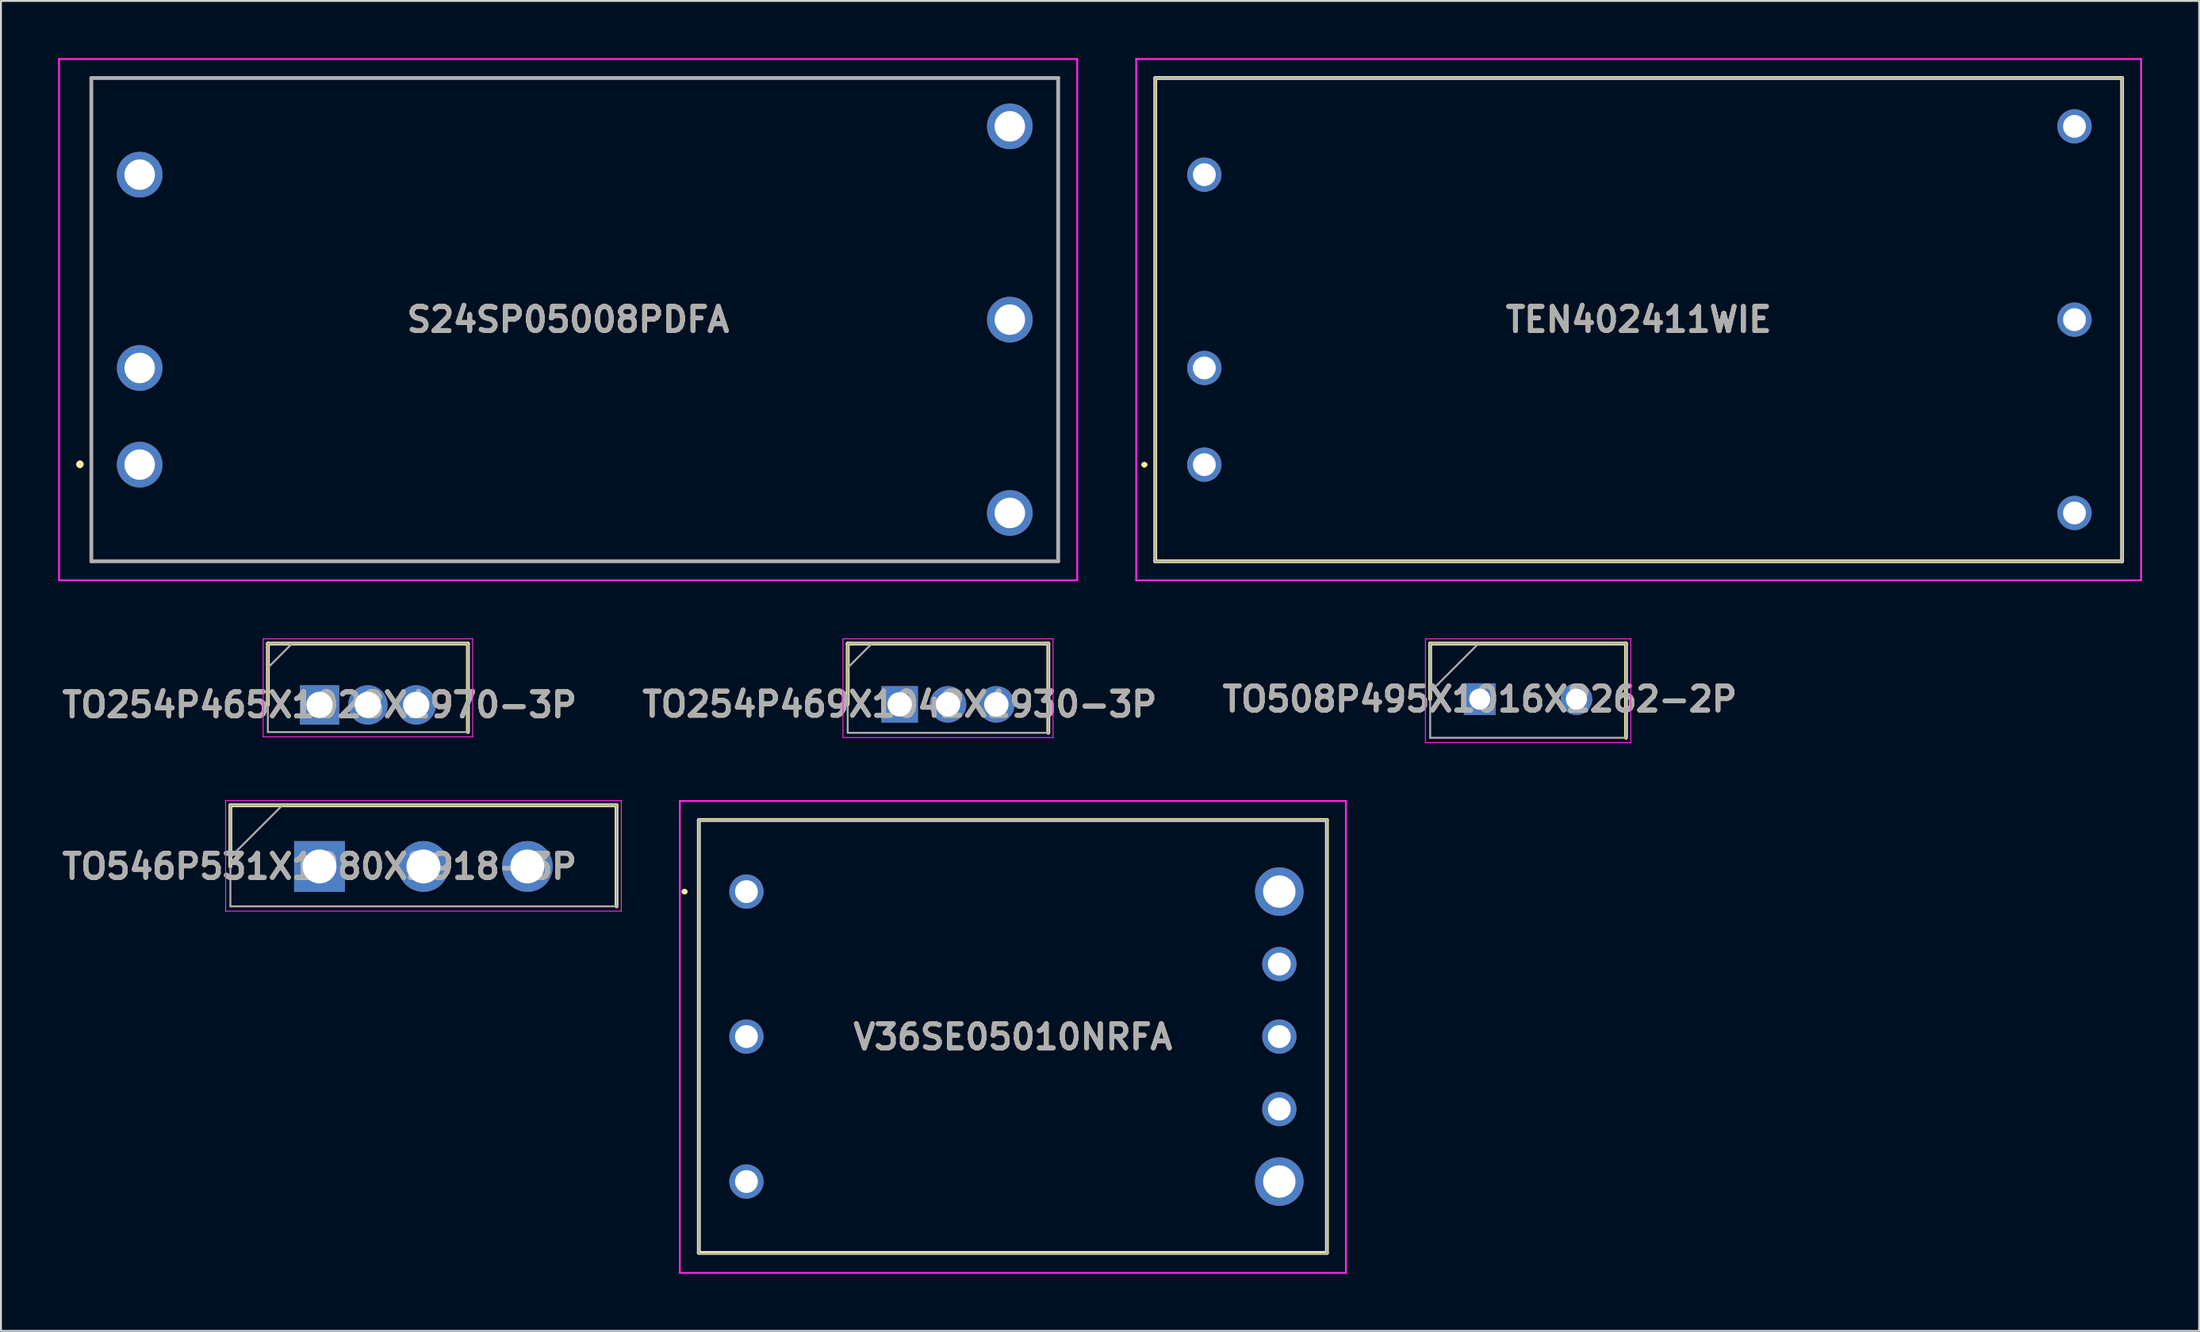
<source format=kicad_pcb>
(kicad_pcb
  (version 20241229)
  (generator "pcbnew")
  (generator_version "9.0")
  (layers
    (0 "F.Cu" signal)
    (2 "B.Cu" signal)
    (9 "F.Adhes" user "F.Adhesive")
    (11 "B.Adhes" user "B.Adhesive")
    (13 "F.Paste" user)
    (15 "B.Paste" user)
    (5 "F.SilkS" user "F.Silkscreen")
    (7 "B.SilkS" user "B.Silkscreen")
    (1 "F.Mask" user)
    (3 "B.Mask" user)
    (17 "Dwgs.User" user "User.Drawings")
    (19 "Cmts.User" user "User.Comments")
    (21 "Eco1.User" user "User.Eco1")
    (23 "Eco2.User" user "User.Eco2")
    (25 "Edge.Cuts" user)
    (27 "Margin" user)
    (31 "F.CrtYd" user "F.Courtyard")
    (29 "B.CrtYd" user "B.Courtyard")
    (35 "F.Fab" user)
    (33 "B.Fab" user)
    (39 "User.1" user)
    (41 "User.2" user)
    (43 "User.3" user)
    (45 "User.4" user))
  (footprint "TO508P495X1016X2262-2P"
    (layer "F.Cu")
    (at 74.701 33.695)
    (property "Reference" "TO508P495X1016X2262-2P" (at 0 0 0) (layer "F.SilkS") (effects (font (size 1.27 1.27) (thickness 0.254))))
    (attr through_hole)
    (fp_line (start -2.605 -2.92) (end -2.605 0) (stroke (width 0.2) (type solid)) (layer "F.SilkS"))
    (fp_line (start 7.685 -2.92) (end -2.605 -2.92) (stroke (width 0.2) (type solid)) (layer "F.SilkS"))
    (fp_line (start 7.685 2.03) (end 7.685 -2.92) (stroke (width 0.2) (type solid)) (layer "F.SilkS"))
    (fp_line (start -2.855 -3.17) (end 7.935 -3.17) (stroke (width 0.05) (type solid)) (layer "F.CrtYd"))
    (fp_line (start -2.855 2.28) (end -2.855 -3.17) (stroke (width 0.05) (type solid)) (layer "F.CrtYd"))
    (fp_line (start 7.935 -3.17) (end 7.935 2.28) (stroke (width 0.05) (type solid)) (layer "F.CrtYd"))
    (fp_line (start 7.935 2.28) (end -2.855 2.28) (stroke (width 0.05) (type solid)) (layer "F.CrtYd"))
    (fp_line (start -2.605 -2.92) (end 7.685 -2.92) (stroke (width 0.1) (type solid)) (layer "F.Fab"))
    (fp_line (start -2.605 -0.38) (end -0.065 -2.92) (stroke (width 0.1) (type solid)) (layer "F.Fab"))
    (fp_line (start -2.605 2.03) (end -2.605 -2.92) (stroke (width 0.1) (type solid)) (layer "F.Fab"))
    (fp_line (start 7.685 -2.92) (end 7.685 2.03) (stroke (width 0.1) (type solid)) (layer "F.Fab"))
    (fp_line (start 7.685 2.03) (end -2.605 2.03) (stroke (width 0.1) (type solid)) (layer "F.Fab"))
    (fp_text user "${REFERENCE}" (at 0 0 0) (layer "F.Fab") (effects (font (size 1.27 1.27) (thickness 0.254))))
    (pad "1" thru_hole rect (at 0 0) (size 1.665 1.665) (drill 1.11) (layers "*.Cu" "*.Mask"))
    (pad "2" thru_hole circle (at 5.08 0) (size 1.665 1.665) (drill 1.11) (layers "*.Cu" "*.Mask")))
  (footprint "TEN402411WIE"
    (layer "F.Cu")
    (at 60.23 21.37)
    (property "Reference" "TEN402411WIE" (at 22.82 -7.62 0) (layer "F.SilkS") (effects (font (size 1.27 1.27) (thickness 0.254))))
    (attr through_hole)
    (fp_line (start -3.2 0) (end -3.2 0) (stroke (width 0.2) (type solid)) (layer "F.SilkS"))
    (fp_line (start -3.2 0) (end -3.2 0) (stroke (width 0.2) (type solid)) (layer "F.SilkS"))
    (fp_line (start -3.1 0) (end -3.1 0) (stroke (width 0.2) (type solid)) (layer "F.SilkS"))
    (fp_line (start -2.58 -20.32) (end -2.58 5.08) (stroke (width 0.2) (type solid)) (layer "F.SilkS"))
    (fp_line (start -2.58 5.08) (end 48.22 5.08) (stroke (width 0.2) (type solid)) (layer "F.SilkS"))
    (fp_line (start 48.22 -20.32) (end -2.58 -20.32) (stroke (width 0.2) (type solid)) (layer "F.SilkS"))
    (fp_line (start 48.22 5.08) (end 48.22 -20.32) (stroke (width 0.2) (type solid)) (layer "F.SilkS"))
    (fp_arc (start -3.2 0) (mid -3.15 -0.05) (end -3.1 0) (stroke (width 0.2) (type solid)) (layer "F.SilkS"))
    (fp_arc (start -3.1 0) (mid -3.15 0.05) (end -3.2 0) (stroke (width 0.2) (type solid)) (layer "F.SilkS"))
    (fp_arc (start -3.1 0) (mid -3.15 0.05) (end -3.2 0) (stroke (width 0.2) (type solid)) (layer "F.SilkS"))
    (fp_line (start -3.58 -21.32) (end -3.58 6.08) (stroke (width 0.1) (type solid)) (layer "F.CrtYd"))
    (fp_line (start -3.58 6.08) (end 49.22 6.08) (stroke (width 0.1) (type solid)) (layer "F.CrtYd"))
    (fp_line (start 49.22 -21.32) (end -3.58 -21.32) (stroke (width 0.1) (type solid)) (layer "F.CrtYd"))
    (fp_line (start 49.22 6.08) (end 49.22 -21.32) (stroke (width 0.1) (type solid)) (layer "F.CrtYd"))
    (fp_line (start -2.58 -20.32) (end 48.22 -20.32) (stroke (width 0.1) (type solid)) (layer "F.Fab"))
    (fp_line (start -2.58 5.08) (end -2.58 -20.32) (stroke (width 0.1) (type solid)) (layer "F.Fab"))
    (fp_line (start 48.22 -20.32) (end 48.22 5.08) (stroke (width 0.1) (type solid)) (layer "F.Fab"))
    (fp_line (start 48.22 5.08) (end -2.58 5.08) (stroke (width 0.1) (type solid)) (layer "F.Fab"))
    (fp_text user "${REFERENCE}" (at 22.82 -7.62 0) (layer "F.Fab") (effects (font (size 1.27 1.27) (thickness 0.254))))
    (pad "1" thru_hole circle (at 0 0) (size 1.8 1.8) (drill 1.2) (layers "*.Cu" "*.Mask"))
    (pad "2" thru_hole circle (at 0 -5.08) (size 1.8 1.8) (drill 1.2) (layers "*.Cu" "*.Mask"))
    (pad "3" thru_hole circle (at 0 -15.24) (size 1.8 1.8) (drill 1.2) (layers "*.Cu" "*.Mask"))
    (pad "4" thru_hole circle (at 45.72 2.54) (size 1.8 1.8) (drill 1.2) (layers "*.Cu" "*.Mask"))
    (pad "5" thru_hole circle (at 45.72 -7.62) (size 1.8 1.8) (drill 1.2) (layers "*.Cu" "*.Mask"))
    (pad "6" thru_hole circle (at 45.72 -17.78) (size 1.8 1.8) (drill 1.2) (layers "*.Cu" "*.Mask")))
  (footprint "S24SP05008PDFA"
    (layer "F.Cu")
    (at 26.8 13.75)
    (property "Reference" "S24SP05008PDFA" (at 0 0 0) (layer "F.SilkS") (effects (font (size 1.27 1.27) (thickness 0.254))))
    (attr through_hole)
    (fp_line (start -25.65 7.5) (end -25.65 7.5) (stroke (width 0.2) (type solid)) (layer "F.SilkS"))
    (fp_line (start -25.65 7.7) (end -25.65 7.7) (stroke (width 0.2) (type solid)) (layer "F.SilkS"))
    (fp_line (start -25.05 -12.7) (end 25.75 -12.7) (stroke (width 0.1) (type solid)) (layer "F.SilkS"))
    (fp_line (start -25.05 12.7) (end -25.05 -12.7) (stroke (width 0.1) (type solid)) (layer "F.SilkS"))
    (fp_line (start 25.75 -12.7) (end 25.75 12.7) (stroke (width 0.1) (type solid)) (layer "F.SilkS"))
    (fp_line (start 25.75 12.7) (end -25.05 12.7) (stroke (width 0.1) (type solid)) (layer "F.SilkS"))
    (fp_arc (start -25.65 7.5) (mid -25.55 7.6) (end -25.65 7.7) (stroke (width 0.2) (type solid)) (layer "F.SilkS"))
    (fp_arc (start -25.65 7.7) (mid -25.75 7.6) (end -25.65 7.5) (stroke (width 0.2) (type solid)) (layer "F.SilkS"))
    (fp_line (start -26.75 -13.7) (end 26.75 -13.7) (stroke (width 0.1) (type solid)) (layer "F.CrtYd"))
    (fp_line (start -26.75 13.7) (end -26.75 -13.7) (stroke (width 0.1) (type solid)) (layer "F.CrtYd"))
    (fp_line (start 26.75 -13.7) (end 26.75 13.7) (stroke (width 0.1) (type solid)) (layer "F.CrtYd"))
    (fp_line (start 26.75 13.7) (end -26.75 13.7) (stroke (width 0.1) (type solid)) (layer "F.CrtYd"))
    (fp_line (start -25.05 -12.7) (end 25.75 -12.7) (stroke (width 0.2) (type solid)) (layer "F.Fab"))
    (fp_line (start -25.05 12.7) (end -25.05 -12.7) (stroke (width 0.2) (type solid)) (layer "F.Fab"))
    (fp_line (start 25.75 -12.7) (end 25.75 12.7) (stroke (width 0.2) (type solid)) (layer "F.Fab"))
    (fp_line (start 25.75 12.7) (end -25.05 12.7) (stroke (width 0.2) (type solid)) (layer "F.Fab"))
    (fp_text user "${REFERENCE}" (at 0 0 0) (layer "F.Fab") (effects (font (size 1.27 1.27) (thickness 0.254))))
    (pad "1" thru_hole circle (at -22.51 7.62) (size 2.4 2.4) (drill 1.6) (layers "*.Cu" "*.Mask"))
    (pad "2" thru_hole circle (at -22.51 2.54) (size 2.4 2.4) (drill 1.6) (layers "*.Cu" "*.Mask"))
    (pad "3" thru_hole circle (at -22.51 -7.62) (size 2.4 2.4) (drill 1.6) (layers "*.Cu" "*.Mask"))
    (pad "4" thru_hole circle (at 23.21 -10.16) (size 2.4 2.4) (drill 1.6) (layers "*.Cu" "*.Mask"))
    (pad "5" thru_hole circle (at 23.21 0) (size 2.4 2.4) (drill 1.6) (layers "*.Cu" "*.Mask"))
    (pad "6" thru_hole circle (at 23.21 10.16) (size 2.4 2.4) (drill 1.6) (layers "*.Cu" "*.Mask")))
  (footprint "TO546P531X1980X2918-3P"
    (layer "F.Cu")
    (at 13.74 42.49)
    (property "Reference" "TO546P531X1980X2918-3P" (at 0 0 0) (layer "F.SilkS") (effects (font (size 1.27 1.27) (thickness 0.254))))
    (attr through_hole)
    (fp_line (start -4.685 -3.215) (end -4.685 0) (stroke (width 0.2) (type solid)) (layer "F.SilkS"))
    (fp_line (start 15.605 -3.215) (end -4.685 -3.215) (stroke (width 0.2) (type solid)) (layer "F.SilkS"))
    (fp_line (start 15.605 2.095) (end 15.605 -3.215) (stroke (width 0.2) (type solid)) (layer "F.SilkS"))
    (fp_line (start -4.935 -3.465) (end 15.855 -3.465) (stroke (width 0.05) (type solid)) (layer "F.CrtYd"))
    (fp_line (start -4.935 2.345) (end -4.935 -3.465) (stroke (width 0.05) (type solid)) (layer "F.CrtYd"))
    (fp_line (start 15.855 -3.465) (end 15.855 2.345) (stroke (width 0.05) (type solid)) (layer "F.CrtYd"))
    (fp_line (start 15.855 2.345) (end -4.935 2.345) (stroke (width 0.05) (type solid)) (layer "F.CrtYd"))
    (fp_line (start -4.685 -3.215) (end 15.605 -3.215) (stroke (width 0.1) (type solid)) (layer "F.Fab"))
    (fp_line (start -4.685 -0.485) (end -1.955 -3.215) (stroke (width 0.1) (type solid)) (layer "F.Fab"))
    (fp_line (start -4.685 2.095) (end -4.685 -3.215) (stroke (width 0.1) (type solid)) (layer "F.Fab"))
    (fp_line (start 15.605 -3.215) (end 15.605 2.095) (stroke (width 0.1) (type solid)) (layer "F.Fab"))
    (fp_line (start 15.605 2.095) (end -4.685 2.095) (stroke (width 0.1) (type solid)) (layer "F.Fab"))
    (fp_text user "${REFERENCE}" (at 0 0 0) (layer "F.Fab") (effects (font (size 1.27 1.27) (thickness 0.254))))
    (pad "1" thru_hole rect (at 0 0) (size 2.67 2.67) (drill 1.78) (layers "*.Cu" "*.Mask"))
    (pad "2" thru_hole circle (at 5.46 0) (size 2.67 2.67) (drill 1.78) (layers "*.Cu" "*.Mask"))
    (pad "3" thru_hole circle (at 10.92 0) (size 2.67 2.67) (drill 1.78) (layers "*.Cu" "*.Mask")))
  (footprint "TO254P469X1042X1930-3P"
    (layer "F.Cu")
    (at 44.221 33.97)
    (property "Reference" "TO254P469X1042X1930-3P" (at 0 0 0) (layer "F.SilkS") (effects (font (size 1.27 1.27) (thickness 0.254))))
    (attr through_hole)
    (fp_line (start -2.73 -3.195) (end -2.73 0) (stroke (width 0.2) (type solid)) (layer "F.SilkS"))
    (fp_line (start 7.81 -3.195) (end -2.73 -3.195) (stroke (width 0.2) (type solid)) (layer "F.SilkS"))
    (fp_line (start 7.81 1.495) (end 7.81 -3.195) (stroke (width 0.2) (type solid)) (layer "F.SilkS"))
    (fp_line (start -2.98 -3.445) (end 8.06 -3.445) (stroke (width 0.05) (type solid)) (layer "F.CrtYd"))
    (fp_line (start -2.98 1.745) (end -2.98 -3.445) (stroke (width 0.05) (type solid)) (layer "F.CrtYd"))
    (fp_line (start 8.06 -3.445) (end 8.06 1.745) (stroke (width 0.05) (type solid)) (layer "F.CrtYd"))
    (fp_line (start 8.06 1.745) (end -2.98 1.745) (stroke (width 0.05) (type solid)) (layer "F.CrtYd"))
    (fp_line (start -2.73 -3.195) (end 7.81 -3.195) (stroke (width 0.1) (type solid)) (layer "F.Fab"))
    (fp_line (start -2.73 -1.925) (end -1.46 -3.195) (stroke (width 0.1) (type solid)) (layer "F.Fab"))
    (fp_line (start -2.73 1.495) (end -2.73 -3.195) (stroke (width 0.1) (type solid)) (layer "F.Fab"))
    (fp_line (start 7.81 -3.195) (end 7.81 1.495) (stroke (width 0.1) (type solid)) (layer "F.Fab"))
    (fp_line (start 7.81 1.495) (end -2.73 1.495) (stroke (width 0.1) (type solid)) (layer "F.Fab"))
    (fp_text user "${REFERENCE}" (at 0 0 0) (layer "F.Fab") (effects (font (size 1.27 1.27) (thickness 0.254))))
    (pad "1" thru_hole rect (at 0 0) (size 1.92 1.92) (drill 1.28) (layers "*.Cu" "*.Mask"))
    (pad "2" thru_hole circle (at 2.54 0) (size 1.92 1.92) (drill 1.28) (layers "*.Cu" "*.Mask"))
    (pad "3" thru_hole circle (at 5.08 0) (size 1.92 1.92) (drill 1.28) (layers "*.Cu" "*.Mask")))
  (footprint "V36SE05010NRFA"
    (layer "F.Cu")
    (at 36.17 43.81)
    (property "Reference" "V36SE05010NRFA" (at 14 7.64 0) (layer "F.SilkS") (effects (font (size 1.27 1.27) (thickness 0.254))))
    (attr through_hole)
    (fp_line (start -3.3 0) (end -3.3 0) (stroke (width 0.2) (type solid)) (layer "F.SilkS"))
    (fp_line (start -3.3 0) (end -3.3 0) (stroke (width 0.2) (type solid)) (layer "F.SilkS"))
    (fp_line (start -3.2 0) (end -3.2 0) (stroke (width 0.2) (type solid)) (layer "F.SilkS"))
    (fp_line (start -2.5 -3.76) (end 30.5 -3.76) (stroke (width 0.2) (type solid)) (layer "F.SilkS"))
    (fp_line (start -2.5 18.99) (end -2.5 -3.76) (stroke (width 0.2) (type solid)) (layer "F.SilkS"))
    (fp_line (start 30.5 -3.76) (end 30.5 18.99) (stroke (width 0.2) (type solid)) (layer "F.SilkS"))
    (fp_line (start 30.5 18.99) (end -2.5 18.99) (stroke (width 0.2) (type solid)) (layer "F.SilkS"))
    (fp_arc (start -3.3 0) (mid -3.25 -0.05) (end -3.2 0) (stroke (width 0.2) (type solid)) (layer "F.SilkS"))
    (fp_arc (start -3.2 0) (mid -3.25 0.05) (end -3.3 0) (stroke (width 0.2) (type solid)) (layer "F.SilkS"))
    (fp_arc (start -3.2 0) (mid -3.25 0.05) (end -3.3 0) (stroke (width 0.2) (type solid)) (layer "F.SilkS"))
    (fp_line (start -3.5 -4.76) (end 31.5 -4.76) (stroke (width 0.1) (type solid)) (layer "F.CrtYd"))
    (fp_line (start -3.5 20.04) (end -3.5 -4.76) (stroke (width 0.1) (type solid)) (layer "F.CrtYd"))
    (fp_line (start 31.5 -4.76) (end 31.5 20.04) (stroke (width 0.1) (type solid)) (layer "F.CrtYd"))
    (fp_line (start 31.5 20.04) (end -3.5 20.04) (stroke (width 0.1) (type solid)) (layer "F.CrtYd"))
    (fp_line (start -2.5 -3.76) (end -2.5 19.04) (stroke (width 0.1) (type solid)) (layer "F.Fab"))
    (fp_line (start -2.5 19.04) (end 30.5 19.04) (stroke (width 0.1) (type solid)) (layer "F.Fab"))
    (fp_line (start 30.5 -3.76) (end -2.5 -3.76) (stroke (width 0.1) (type solid)) (layer "F.Fab"))
    (fp_line (start 30.5 19.04) (end 30.5 -3.76) (stroke (width 0.1) (type solid)) (layer "F.Fab"))
    (fp_text user "${REFERENCE}" (at 14 7.64 0) (layer "F.Fab") (effects (font (size 1.27 1.27) (thickness 0.254))))
    (pad "1" thru_hole circle (at 0 0) (size 1.8 1.8) (drill 1.2) (layers "*.Cu" "*.Mask"))
    (pad "2" thru_hole circle (at 0 7.62) (size 1.8 1.8) (drill 1.2) (layers "*.Cu" "*.Mask"))
    (pad "3" thru_hole circle (at 0 15.24) (size 1.8 1.8) (drill 1.2) (layers "*.Cu" "*.Mask"))
    (pad "4" thru_hole circle (at 28 15.24) (size 2.55 2.55) (drill 1.7) (layers "*.Cu" "*.Mask"))
    (pad "5" thru_hole circle (at 28 11.43) (size 1.8 1.8) (drill 1.2) (layers "*.Cu" "*.Mask"))
    (pad "6" thru_hole circle (at 28 7.62) (size 1.8 1.8) (drill 1.2) (layers "*.Cu" "*.Mask"))
    (pad "7" thru_hole circle (at 28 3.81) (size 1.8 1.8) (drill 1.2) (layers "*.Cu" "*.Mask"))
    (pad "8" thru_hole circle (at 28 0) (size 2.55 2.55) (drill 1.7) (layers "*.Cu" "*.Mask")))
  (footprint "TO254P465X1028X1970-3P"
    (layer "F.Cu")
    (at 13.74 34)
    (property "Reference" "TO254P465X1028X1970-3P" (at 0 0 0) (layer "F.SilkS") (effects (font (size 1.27 1.27) (thickness 0.254))))
    (attr through_hole)
    (fp_line (start -2.715 -3.225) (end -2.715 0) (stroke (width 0.2) (type solid)) (layer "F.SilkS"))
    (fp_line (start 7.795 -3.225) (end -2.715 -3.225) (stroke (width 0.2) (type solid)) (layer "F.SilkS"))
    (fp_line (start 7.795 1.425) (end 7.795 -3.225) (stroke (width 0.2) (type solid)) (layer "F.SilkS"))
    (fp_line (start -2.965 -3.475) (end 8.045 -3.475) (stroke (width 0.05) (type solid)) (layer "F.CrtYd"))
    (fp_line (start -2.965 1.675) (end -2.965 -3.475) (stroke (width 0.05) (type solid)) (layer "F.CrtYd"))
    (fp_line (start 8.045 -3.475) (end 8.045 1.675) (stroke (width 0.05) (type solid)) (layer "F.CrtYd"))
    (fp_line (start 8.045 1.675) (end -2.965 1.675) (stroke (width 0.05) (type solid)) (layer "F.CrtYd"))
    (fp_line (start -2.715 -3.225) (end 7.795 -3.225) (stroke (width 0.1) (type solid)) (layer "F.Fab"))
    (fp_line (start -2.715 -1.955) (end -1.445 -3.225) (stroke (width 0.1) (type solid)) (layer "F.Fab"))
    (fp_line (start -2.715 1.425) (end -2.715 -3.225) (stroke (width 0.1) (type solid)) (layer "F.Fab"))
    (fp_line (start 7.795 -3.225) (end 7.795 1.425) (stroke (width 0.1) (type solid)) (layer "F.Fab"))
    (fp_line (start 7.795 1.425) (end -2.715 1.425) (stroke (width 0.1) (type solid)) (layer "F.Fab"))
    (fp_text user "${REFERENCE}" (at 0 0 0) (layer "F.Fab") (effects (font (size 1.27 1.27) (thickness 0.254))))
    (pad "1" thru_hole rect (at 0 0) (size 2.07 2.07) (drill 1.38) (layers "*.Cu" "*.Mask"))
    (pad "2" thru_hole circle (at 2.54 0) (size 2.07 2.07) (drill 1.38) (layers "*.Cu" "*.Mask"))
    (pad "3" thru_hole circle (at 5.08 0) (size 2.07 2.07) (drill 1.38) (layers "*.Cu" "*.Mask")))
  (gr_rect
    (start -3 -3)
    (end 112.5 66.9)
    (stroke (width 0.1) (type default))
    (fill no)
    (layer "Edge.Cuts")))
</source>
